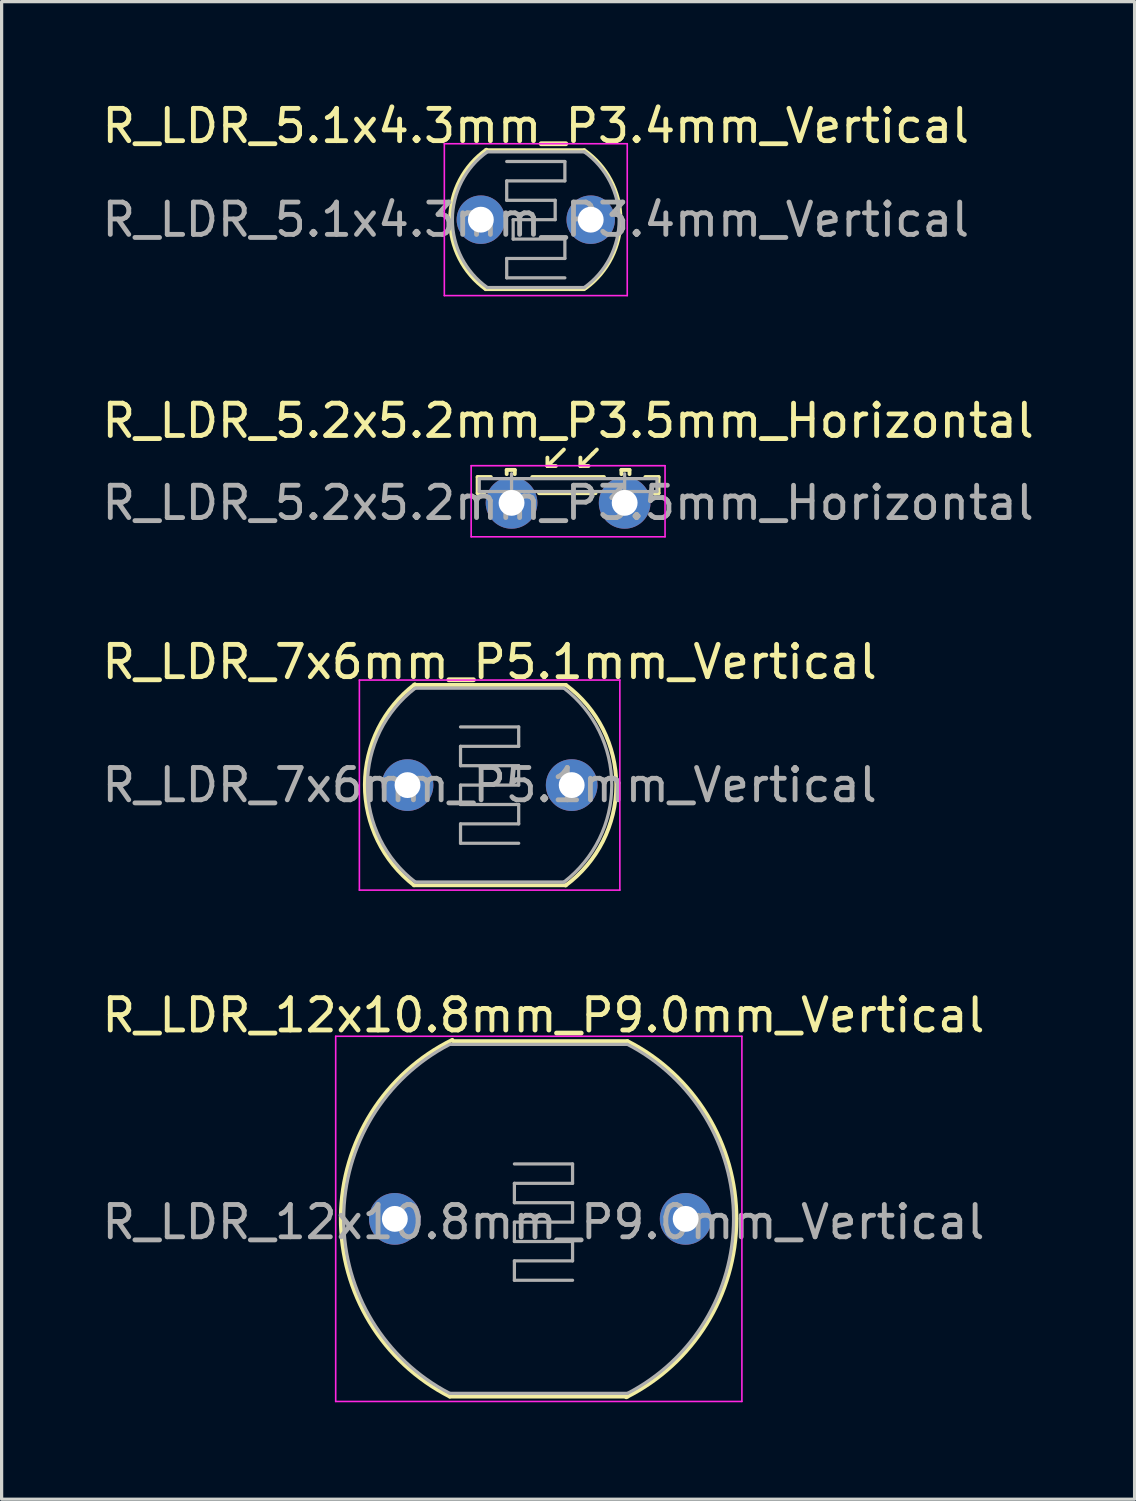
<source format=kicad_pcb>
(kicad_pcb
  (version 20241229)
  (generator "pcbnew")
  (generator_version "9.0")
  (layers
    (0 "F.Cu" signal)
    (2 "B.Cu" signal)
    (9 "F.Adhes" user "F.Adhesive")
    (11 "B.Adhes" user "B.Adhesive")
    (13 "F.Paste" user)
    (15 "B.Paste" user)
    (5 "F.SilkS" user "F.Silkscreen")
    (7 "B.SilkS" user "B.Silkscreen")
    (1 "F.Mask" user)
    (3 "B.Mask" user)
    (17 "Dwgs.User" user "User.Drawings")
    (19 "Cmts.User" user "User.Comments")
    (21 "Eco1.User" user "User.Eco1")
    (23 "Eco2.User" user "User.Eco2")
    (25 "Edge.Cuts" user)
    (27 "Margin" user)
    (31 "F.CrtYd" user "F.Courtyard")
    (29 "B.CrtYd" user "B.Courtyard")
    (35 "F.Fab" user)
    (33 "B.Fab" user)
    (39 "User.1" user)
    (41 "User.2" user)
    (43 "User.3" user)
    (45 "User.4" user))
  (footprint "R_LDR_5.1x4.3mm_P3.4mm_Vertical"
    (layer "F.Cu")
    (at 11.83 3.748)
    (property "Reference" "R_LDR_5.1x4.3mm_P3.4mm_Vertical" (at 1.7 -2.9 0) (layer "F.SilkS") (effects (font (size 1 1) (thickness 0.15))))
    (attr through_hole)
    (fp_line (start 0.15 -2.15) (end 3.2 -2.15) (stroke (width 0.12) (type solid)) (layer "F.SilkS"))
    (fp_line (start 0.15 2.15) (end 3.2 2.15) (stroke (width 0.12) (type solid)) (layer "F.SilkS"))
    (fp_arc (start 0.15 2.15) (mid -0.950438 -0.013368) (end 0.171766 -2.165525) (stroke (width 0.12) (type solid)) (layer "F.SilkS"))
    (fp_arc (start 3.2 -2.15) (mid 4.321403 -0.027338) (end 3.244513 2.118249) (stroke (width 0.12) (type solid)) (layer "F.SilkS"))
    (fp_line (start -1.13 -2.35) (end -1.13 2.35) (stroke (width 0.05) (type solid)) (layer "F.CrtYd"))
    (fp_line (start -1.13 -2.35) (end 4.53 -2.35) (stroke (width 0.05) (type solid)) (layer "F.CrtYd"))
    (fp_line (start 4.53 2.35) (end -1.13 2.35) (stroke (width 0.05) (type solid)) (layer "F.CrtYd"))
    (fp_line (start 4.53 2.35) (end 4.53 -2.35) (stroke (width 0.05) (type solid)) (layer "F.CrtYd"))
    (fp_line (start 0.2 -2.1) (end 3.2 -2.1) (stroke (width 0.1) (type solid)) (layer "F.Fab"))
    (fp_line (start 0.8 -1.8) (end 2.6 -1.8) (stroke (width 0.1) (type solid)) (layer "F.Fab"))
    (fp_line (start 0.8 -1.2) (end 0.8 -0.6) (stroke (width 0.1) (type solid)) (layer "F.Fab"))
    (fp_line (start 0.8 1.2) (end 0.8 1.8) (stroke (width 0.1) (type solid)) (layer "F.Fab"))
    (fp_line (start 0.8 1.8) (end 2.6 1.8) (stroke (width 0.1) (type solid)) (layer "F.Fab"))
    (fp_line (start 1 0) (end 1 0.6) (stroke (width 0.1) (type solid)) (layer "F.Fab"))
    (fp_line (start 1 0) (end 2.3 0) (stroke (width 0.1) (type solid)) (layer "F.Fab"))
    (fp_line (start 2.3 -0.6) (end 0.8 -0.6) (stroke (width 0.1) (type solid)) (layer "F.Fab"))
    (fp_line (start 2.3 0) (end 2.3 -0.6) (stroke (width 0.1) (type solid)) (layer "F.Fab"))
    (fp_line (start 2.6 -1.8) (end 2.6 -1.2) (stroke (width 0.1) (type solid)) (layer "F.Fab"))
    (fp_line (start 2.6 -1.2) (end 0.8 -1.2) (stroke (width 0.1) (type solid)) (layer "F.Fab"))
    (fp_line (start 2.6 0.6) (end 1 0.6) (stroke (width 0.1) (type solid)) (layer "F.Fab"))
    (fp_line (start 2.6 0.6) (end 2.6 1.2) (stroke (width 0.1) (type solid)) (layer "F.Fab"))
    (fp_line (start 2.6 1.2) (end 0.8 1.2) (stroke (width 0.1) (type solid)) (layer "F.Fab"))
    (fp_line (start 3.2 2.1) (end 0.2 2.1) (stroke (width 0.1) (type solid)) (layer "F.Fab"))
    (fp_arc (start 0.2 2.1) (mid -0.880697 -0.001697) (end 0.202763 -2.101971) (stroke (width 0.1) (type solid)) (layer "F.Fab"))
    (fp_arc (start 3.2 -2.1) (mid 4.280697 0.001697) (end 3.197237 2.101971) (stroke (width 0.1) (type solid)) (layer "F.Fab"))
    (fp_text user "${REFERENCE}" (at 1.7 0 0) (layer "F.Fab") (effects (font (size 1 1) (thickness 0.15))))
    (pad "1" thru_hole circle (at 0 0) (size 1.5 1.5) (drill 0.8) (layers "*.Cu" "*.Mask"))
    (pad "2" thru_hole circle (at 3.4 0) (size 1.5 1.5) (drill 0.8) (layers "*.Cu" "*.Mask")))
  (footprint "R_LDR_7x6mm_P5.1mm_Vertical"
    (layer "F.Cu")
    (at 9.561 21.245)
    (property "Reference" "R_LDR_7x6mm_P5.1mm_Vertical" (at 2.54 -3.81 0) (layer "F.SilkS") (effects (font (size 1 1) (thickness 0.15))))
    (attr through_hole)
    (fp_line (start 0.2 -3.1) (end 4.9 -3.1) (stroke (width 0.12) (type solid)) (layer "F.SilkS"))
    (fp_line (start 0.2 3.1) (end 4.9 3.1) (stroke (width 0.12) (type solid)) (layer "F.SilkS"))
    (fp_arc (start 0.2 3.1) (mid -1.320423 -0.016888) (end 0.226796 -3.120561) (stroke (width 0.12) (type solid)) (layer "F.SilkS"))
    (fp_arc (start 4.9 -3.1) (mid 6.460049 0.00492) (end 4.89209 3.105853) (stroke (width 0.12) (type solid)) (layer "F.SilkS"))
    (fp_line (start -1.49 -3.25) (end -1.49 3.25) (stroke (width 0.05) (type solid)) (layer "F.CrtYd"))
    (fp_line (start -1.49 -3.25) (end 6.57 -3.25) (stroke (width 0.05) (type solid)) (layer "F.CrtYd"))
    (fp_line (start 6.57 3.25) (end -1.49 3.25) (stroke (width 0.05) (type solid)) (layer "F.CrtYd"))
    (fp_line (start 6.57 3.25) (end 6.57 -3.25) (stroke (width 0.05) (type solid)) (layer "F.CrtYd"))
    (fp_line (start 0.24 -3) (end 4.84 -3) (stroke (width 0.1) (type solid)) (layer "F.Fab"))
    (fp_line (start 1.64 -1.8) (end 3.44 -1.8) (stroke (width 0.1) (type solid)) (layer "F.Fab"))
    (fp_line (start 1.64 -1.2) (end 1.64 -0.6) (stroke (width 0.1) (type solid)) (layer "F.Fab"))
    (fp_line (start 1.64 -0.6) (end 3.44 -0.6) (stroke (width 0.1) (type solid)) (layer "F.Fab"))
    (fp_line (start 1.64 0) (end 1.64 0.6) (stroke (width 0.1) (type solid)) (layer "F.Fab"))
    (fp_line (start 1.64 0.6) (end 3.44 0.6) (stroke (width 0.1) (type solid)) (layer "F.Fab"))
    (fp_line (start 1.64 1.2) (end 1.64 1.8) (stroke (width 0.1) (type solid)) (layer "F.Fab"))
    (fp_line (start 1.64 1.8) (end 3.44 1.8) (stroke (width 0.1) (type solid)) (layer "F.Fab"))
    (fp_line (start 3.44 -1.8) (end 3.44 -1.2) (stroke (width 0.1) (type solid)) (layer "F.Fab"))
    (fp_line (start 3.44 -1.2) (end 1.64 -1.2) (stroke (width 0.1) (type solid)) (layer "F.Fab"))
    (fp_line (start 3.44 -0.6) (end 3.44 0) (stroke (width 0.1) (type solid)) (layer "F.Fab"))
    (fp_line (start 3.44 0) (end 1.64 0) (stroke (width 0.1) (type solid)) (layer "F.Fab"))
    (fp_line (start 3.44 0.6) (end 3.44 1.2) (stroke (width 0.1) (type solid)) (layer "F.Fab"))
    (fp_line (start 3.44 1.2) (end 1.64 1.2) (stroke (width 0.1) (type solid)) (layer "F.Fab"))
    (fp_line (start 4.84 3) (end 0.24 3) (stroke (width 0.1) (type solid)) (layer "F.Fab"))
    (fp_arc (start 0.24 3) (mid -1.240211 0.001572) (end 0.237506 -2.998087) (stroke (width 0.1) (type solid)) (layer "F.Fab"))
    (fp_arc (start 4.84 -3) (mid 6.320211 -0.001572) (end 4.842494 2.998087) (stroke (width 0.1) (type solid)) (layer "F.Fab"))
    (fp_text user "${REFERENCE}" (at 2.54 0 0) (layer "F.Fab") (effects (font (size 1 1) (thickness 0.15))))
    (pad "1" thru_hole circle (at 0 0) (size 1.6 1.6) (drill 0.8) (layers "*.Cu" "*.Mask"))
    (pad "2" thru_hole circle (at 5.08 0) (size 1.6 1.6) (drill 0.8) (layers "*.Cu" "*.Mask")))
  (footprint "R_LDR_12x10.8mm_P9.0mm_Vertical"
    (layer "F.Cu")
    (at 9.168 34.668)
    (property "Reference" "R_LDR_12x10.8mm_P9.0mm_Vertical" (at 4.6 -6.3 0) (layer "F.SilkS") (effects (font (size 1 1) (thickness 0.15))))
    (attr through_hole)
    (fp_line (start 1.8 -5.5) (end 7.2 -5.5) (stroke (width 0.12) (type solid)) (layer "F.SilkS"))
    (fp_line (start 7.2 5.5) (end 1.7 5.5) (stroke (width 0.12) (type solid)) (layer "F.SilkS"))
    (fp_arc (start 1.7 5.5) (mid -1.671546 -0.044886) (end 1.780295 -5.540145) (stroke (width 0.12) (type solid)) (layer "F.SilkS"))
    (fp_arc (start 7.2 -5.5) (mid 10.571669 0.022361) (end 7.160072 5.520145) (stroke (width 0.12) (type solid)) (layer "F.SilkS"))
    (fp_line (start -1.83 -5.65) (end -1.83 5.65) (stroke (width 0.05) (type solid)) (layer "F.CrtYd"))
    (fp_line (start -1.83 -5.65) (end 10.74 -5.65) (stroke (width 0.05) (type solid)) (layer "F.CrtYd"))
    (fp_line (start 10.74 5.65) (end -1.83 5.65) (stroke (width 0.05) (type solid)) (layer "F.CrtYd"))
    (fp_line (start 10.74 5.65) (end 10.74 -5.65) (stroke (width 0.05) (type solid)) (layer "F.CrtYd"))
    (fp_line (start 1.7 -5.4) (end 7.2 -5.4) (stroke (width 0.1) (type solid)) (layer "F.Fab"))
    (fp_line (start 3.7 -1.7) (end 5.5 -1.7) (stroke (width 0.1) (type solid)) (layer "F.Fab"))
    (fp_line (start 3.7 -1.1) (end 3.7 -0.5) (stroke (width 0.1) (type solid)) (layer "F.Fab"))
    (fp_line (start 3.7 -0.5) (end 5.5 -0.5) (stroke (width 0.1) (type solid)) (layer "F.Fab"))
    (fp_line (start 3.7 0.1) (end 3.7 0.7) (stroke (width 0.1) (type solid)) (layer "F.Fab"))
    (fp_line (start 3.7 0.7) (end 5.5 0.7) (stroke (width 0.1) (type solid)) (layer "F.Fab"))
    (fp_line (start 3.7 1.3) (end 3.7 1.9) (stroke (width 0.1) (type solid)) (layer "F.Fab"))
    (fp_line (start 3.7 1.9) (end 5.5 1.9) (stroke (width 0.1) (type solid)) (layer "F.Fab"))
    (fp_line (start 5.5 -1.7) (end 5.5 -1.1) (stroke (width 0.1) (type solid)) (layer "F.Fab"))
    (fp_line (start 5.5 -1.1) (end 3.7 -1.1) (stroke (width 0.1) (type solid)) (layer "F.Fab"))
    (fp_line (start 5.5 -0.5) (end 5.5 0.1) (stroke (width 0.1) (type solid)) (layer "F.Fab"))
    (fp_line (start 5.5 0.1) (end 3.7 0.1) (stroke (width 0.1) (type solid)) (layer "F.Fab"))
    (fp_line (start 5.5 0.7) (end 5.5 1.3) (stroke (width 0.1) (type solid)) (layer "F.Fab"))
    (fp_line (start 5.5 1.3) (end 3.7 1.3) (stroke (width 0.1) (type solid)) (layer "F.Fab"))
    (fp_line (start 7.2 5.4) (end 1.7 5.4) (stroke (width 0.1) (type solid)) (layer "F.Fab"))
    (fp_arc (start 1.7 5.4) (mid -1.582763 0) (end 1.7 -5.4) (stroke (width 0.1) (type solid)) (layer "F.Fab"))
    (fp_arc (start 7.2 -5.4) (mid 10.482763 0) (end 7.2 5.4) (stroke (width 0.1) (type solid)) (layer "F.Fab"))
    (fp_text user "${REFERENCE}" (at 4.6 0.1 0) (layer "F.Fab") (effects (font (size 1 1) (thickness 0.15))))
    (pad "1" thru_hole circle (at 0 0) (size 1.6 1.6) (drill 0.8) (layers "*.Cu" "*.Mask"))
    (pad "2" thru_hole circle (at 9 0) (size 1.6 1.6) (drill 0.8) (layers "*.Cu" "*.Mask")))
  (footprint "R_LDR_5.2x5.2mm_P3.5mm_Horizontal"
    (layer "F.Cu")
    (at 12.78 12.511)
    (property "Reference" "R_LDR_5.2x5.2mm_P3.5mm_Horizontal" (at 1.75 -2.54 0) (layer "F.SilkS") (effects (font (size 1 1) (thickness 0.15))))
    (attr through_hole)
    (fp_line (start -1.05 -0.8) (end -1.05 -0.3) (stroke (width 0.12) (type solid)) (layer "F.SilkS"))
    (fp_line (start -1.05 -0.3) (end -0.85 -0.3) (stroke (width 0.12) (type solid)) (layer "F.SilkS"))
    (fp_line (start -0.64 -0.8) (end -1.05 -0.8) (stroke (width 0.12) (type solid)) (layer "F.SilkS"))
    (fp_line (start -0.15 -1.02) (end -0.15 -0.89) (stroke (width 0.12) (type solid)) (layer "F.SilkS"))
    (fp_line (start -0.15 -1.02) (end 0.1 -1.02) (stroke (width 0.12) (type solid)) (layer "F.SilkS"))
    (fp_line (start 0.1 -1.02) (end 0.1 -0.89) (stroke (width 0.12) (type solid)) (layer "F.SilkS"))
    (fp_line (start 0.85 -0.3) (end 2.6 -0.3) (stroke (width 0.12) (type solid)) (layer "F.SilkS"))
    (fp_line (start 1.11 -1.14) (end 1.11 -1.4) (stroke (width 0.12) (type solid)) (layer "F.SilkS"))
    (fp_line (start 1.11 -1.14) (end 1.37 -1.14) (stroke (width 0.12) (type solid)) (layer "F.SilkS"))
    (fp_line (start 1.62 -1.65) (end 1.11 -1.14) (stroke (width 0.12) (type solid)) (layer "F.SilkS"))
    (fp_line (start 2.13 -1.14) (end 2.13 -1.4) (stroke (width 0.12) (type solid)) (layer "F.SilkS"))
    (fp_line (start 2.13 -1.14) (end 2.38 -1.14) (stroke (width 0.12) (type solid)) (layer "F.SilkS"))
    (fp_line (start 2.51 -1.52) (end 2.13 -1.14) (stroke (width 0.12) (type solid)) (layer "F.SilkS"))
    (fp_line (start 2.51 -1.52) (end 2.64 -1.65) (stroke (width 0.12) (type solid)) (layer "F.SilkS"))
    (fp_line (start 2.86 -0.8) (end 0.64 -0.8) (stroke (width 0.12) (type solid)) (layer "F.SilkS"))
    (fp_line (start 3.4 -1.02) (end 3.4 -0.89) (stroke (width 0.12) (type solid)) (layer "F.SilkS"))
    (fp_line (start 3.4 -1.02) (end 3.65 -1.02) (stroke (width 0.12) (type solid)) (layer "F.SilkS"))
    (fp_line (start 3.65 -1.02) (end 3.65 -0.89) (stroke (width 0.12) (type solid)) (layer "F.SilkS"))
    (fp_line (start 4.35 -0.3) (end 4.55 -0.3) (stroke (width 0.12) (type solid)) (layer "F.SilkS"))
    (fp_line (start 4.55 -0.8) (end 4.14 -0.8) (stroke (width 0.12) (type solid)) (layer "F.SilkS"))
    (fp_line (start 4.55 -0.3) (end 4.55 -0.8) (stroke (width 0.12) (type solid)) (layer "F.SilkS"))
    (fp_line (start -1.25 -1.15) (end -1.25 1.05) (stroke (width 0.05) (type solid)) (layer "F.CrtYd"))
    (fp_line (start -1.25 -1.15) (end 4.75 -1.15) (stroke (width 0.05) (type solid)) (layer "F.CrtYd"))
    (fp_line (start 4.75 1.05) (end -1.25 1.05) (stroke (width 0.05) (type solid)) (layer "F.CrtYd"))
    (fp_line (start 4.75 1.05) (end 4.75 -1.15) (stroke (width 0.05) (type solid)) (layer "F.CrtYd"))
    (fp_line (start -1 -0.75) (end 4.5 -0.75) (stroke (width 0.1) (type solid)) (layer "F.Fab"))
    (fp_line (start -1 -0.35) (end -1 -0.75) (stroke (width 0.1) (type solid)) (layer "F.Fab"))
    (fp_line (start 0 0) (end 0 -0.9) (stroke (width 0.1) (type solid)) (layer "F.Fab"))
    (fp_line (start 3.5 0) (end 3.5 -0.9) (stroke (width 0.1) (type solid)) (layer "F.Fab"))
    (fp_line (start 4.5 -0.75) (end 4.5 -0.35) (stroke (width 0.1) (type solid)) (layer "F.Fab"))
    (fp_line (start 4.5 -0.35) (end -1 -0.35) (stroke (width 0.1) (type solid)) (layer "F.Fab"))
    (fp_text user "${REFERENCE}" (at 1.75 0 0) (layer "F.Fab") (effects (font (size 1 1) (thickness 0.15))))
    (pad "1" thru_hole circle (at 0 0) (size 1.6 1.6) (drill 0.8) (layers "*.Cu" "*.Mask"))
    (pad "2" thru_hole circle (at 3.5 0) (size 1.6 1.6) (drill 0.8) (layers "*.Cu" "*.Mask")))
  (gr_rect
    (start -3 -3)
    (end 32.06 43.343)
    (stroke (width 0.1) (type default))
    (fill no)
    (layer "Edge.Cuts")))
</source>
